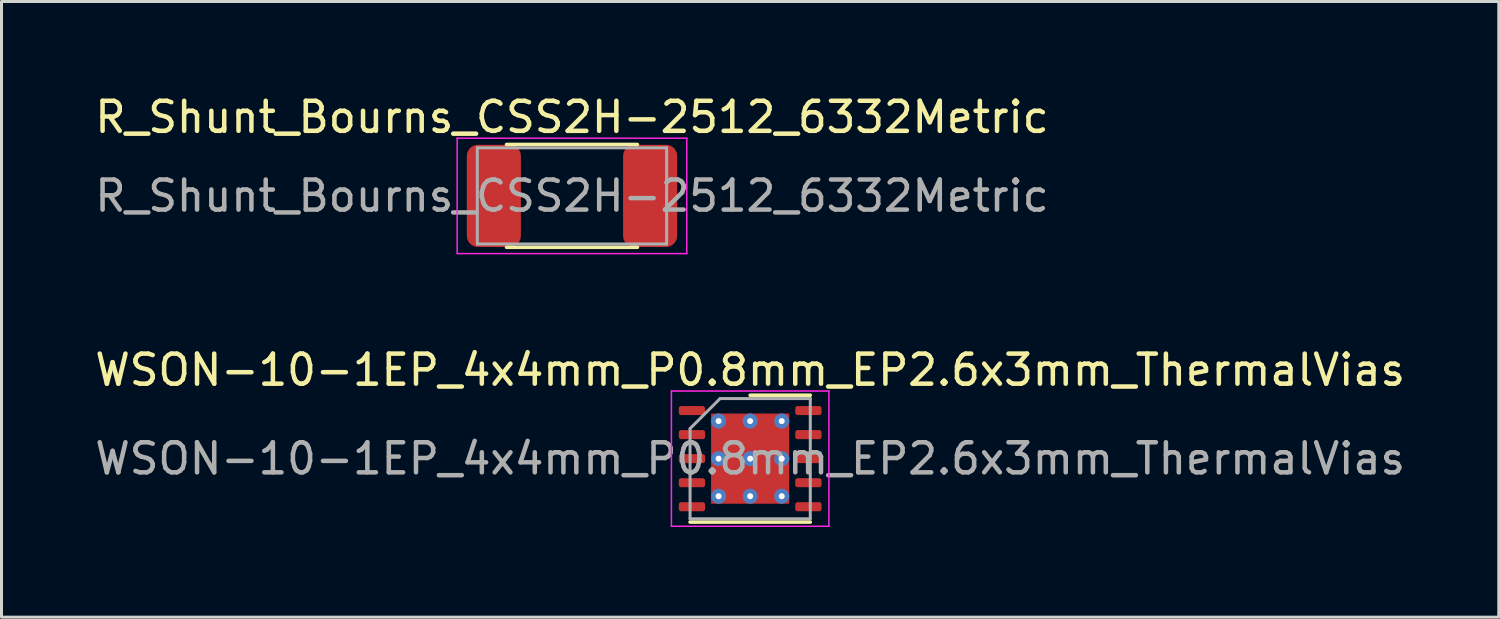
<source format=kicad_pcb>
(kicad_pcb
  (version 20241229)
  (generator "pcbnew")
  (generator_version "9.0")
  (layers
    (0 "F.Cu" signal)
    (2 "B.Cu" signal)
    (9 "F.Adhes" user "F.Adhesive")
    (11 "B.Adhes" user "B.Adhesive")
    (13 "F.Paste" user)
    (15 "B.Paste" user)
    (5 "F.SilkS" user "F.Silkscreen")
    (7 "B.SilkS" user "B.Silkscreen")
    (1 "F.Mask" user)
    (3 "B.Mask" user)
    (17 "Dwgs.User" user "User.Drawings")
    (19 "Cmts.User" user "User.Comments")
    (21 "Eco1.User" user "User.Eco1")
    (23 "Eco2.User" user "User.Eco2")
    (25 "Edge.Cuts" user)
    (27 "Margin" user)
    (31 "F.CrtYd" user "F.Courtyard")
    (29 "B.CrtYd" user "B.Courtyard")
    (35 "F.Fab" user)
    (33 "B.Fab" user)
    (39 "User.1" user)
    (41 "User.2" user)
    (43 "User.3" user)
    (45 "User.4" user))
  (footprint "WSON-10-1EP_4x4mm_P0.8mm_EP2.6x3mm_ThermalVias"
    (layer "F.Cu")
    (at 21.911 12.211)
    (property "Reference" "WSON-10-1EP_4x4mm_P0.8mm_EP2.6x3mm_ThermalVias" (at 0 -2.95 0) (layer "F.SilkS") (effects (font (size 1 1) (thickness 0.15))))
    (attr smd)
    (fp_line (start -2 2.11) (end 2 2.11) (stroke (width 0.12) (type solid)) (layer "F.SilkS"))
    (fp_line (start 0 -2.11) (end 2 -2.11) (stroke (width 0.12) (type solid)) (layer "F.SilkS"))
    (fp_line (start -2.62 -2.25) (end -2.62 2.25) (stroke (width 0.05) (type solid)) (layer "F.CrtYd"))
    (fp_line (start -2.62 2.25) (end 2.62 2.25) (stroke (width 0.05) (type solid)) (layer "F.CrtYd"))
    (fp_line (start 2.62 -2.25) (end -2.62 -2.25) (stroke (width 0.05) (type solid)) (layer "F.CrtYd"))
    (fp_line (start 2.62 2.25) (end 2.62 -2.25) (stroke (width 0.05) (type solid)) (layer "F.CrtYd"))
    (fp_line (start -2 -1) (end -1 -2) (stroke (width 0.1) (type solid)) (layer "F.Fab"))
    (fp_line (start -2 2) (end -2 -1) (stroke (width 0.1) (type solid)) (layer "F.Fab"))
    (fp_line (start -1 -2) (end 2 -2) (stroke (width 0.1) (type solid)) (layer "F.Fab"))
    (fp_line (start 2 -2) (end 2 2) (stroke (width 0.1) (type solid)) (layer "F.Fab"))
    (fp_line (start 2 2) (end -2 2) (stroke (width 0.1) (type solid)) (layer "F.Fab"))
    (fp_text user "${REFERENCE}" (at 0 0 0) (layer "F.Fab") (effects (font (size 1 1) (thickness 0.15))))
    (pad "" smd roundrect (at -0.65 -0.75) (size 1.05 1.21) (layers "F.Paste") (roundrect_rratio 0.238))
    (pad "" smd roundrect (at -0.65 0.75) (size 1.05 1.21) (layers "F.Paste") (roundrect_rratio 0.238))
    (pad "" smd roundrect (at 0.65 -0.75) (size 1.05 1.21) (layers "F.Paste") (roundrect_rratio 0.238))
    (pad "" smd roundrect (at 0.65 0.75) (size 1.05 1.21) (layers "F.Paste") (roundrect_rratio 0.238))
    (pad "1" smd roundrect (at -1.938 -1.6) (size 0.875 0.3) (layers "F.Cu" "F.Mask" "F.Paste") (roundrect_rratio 0.25))
    (pad "2" smd roundrect (at -1.938 -0.8) (size 0.875 0.3) (layers "F.Cu" "F.Mask" "F.Paste") (roundrect_rratio 0.25))
    (pad "3" smd roundrect (at -1.938 0) (size 0.875 0.3) (layers "F.Cu" "F.Mask" "F.Paste") (roundrect_rratio 0.25))
    (pad "4" smd roundrect (at -1.938 0.8) (size 0.875 0.3) (layers "F.Cu" "F.Mask" "F.Paste") (roundrect_rratio 0.25))
    (pad "5" smd roundrect (at -1.938 1.6) (size 0.875 0.3) (layers "F.Cu" "F.Mask" "F.Paste") (roundrect_rratio 0.25))
    (pad "6" smd roundrect (at 1.938 1.6) (size 0.875 0.3) (layers "F.Cu" "F.Mask" "F.Paste") (roundrect_rratio 0.25))
    (pad "7" smd roundrect (at 1.938 0.8) (size 0.875 0.3) (layers "F.Cu" "F.Mask" "F.Paste") (roundrect_rratio 0.25))
    (pad "8" smd roundrect (at 1.938 0) (size 0.875 0.3) (layers "F.Cu" "F.Mask" "F.Paste") (roundrect_rratio 0.25))
    (pad "9" smd roundrect (at 1.938 -0.8) (size 0.875 0.3) (layers "F.Cu" "F.Mask" "F.Paste") (roundrect_rratio 0.25))
    (pad "10" smd roundrect (at 1.938 -1.6) (size 0.875 0.3) (layers "F.Cu" "F.Mask" "F.Paste") (roundrect_rratio 0.25))
    (pad "11" smd rect (at 0 0) (size 2.6 3) (layers "F.Cu" "F.Mask"))
    (pad "13" thru_hole circle (at -1.05 -1.25) (size 0.5 0.5) (drill 0.2) (layers "*.Cu"))
    (pad "13" thru_hole circle (at -1.05 0) (size 0.5 0.5) (drill 0.2) (layers "*.Cu"))
    (pad "13" thru_hole circle (at -1.05 1.25) (size 0.5 0.5) (drill 0.2) (layers "*.Cu"))
    (pad "13" thru_hole circle (at 0 -1.25) (size 0.5 0.5) (drill 0.2) (layers "*.Cu"))
    (pad "13" thru_hole circle (at 0 0) (size 0.5 0.5) (drill 0.2) (layers "*.Cu"))
    (pad "13" thru_hole circle (at 0 1.25) (size 0.5 0.5) (drill 0.2) (layers "*.Cu"))
    (pad "13" thru_hole circle (at 1.05 -1.25) (size 0.5 0.5) (drill 0.2) (layers "*.Cu"))
    (pad "13" thru_hole circle (at 1.05 0) (size 0.5 0.5) (drill 0.2) (layers "*.Cu"))
    (pad "13" thru_hole circle (at 1.05 1.25) (size 0.5 0.5) (drill 0.2) (layers "*.Cu")))
  (footprint "R_Shunt_Bourns_CSS2H-2512_6332Metric"
    (layer "F.Cu")
    (at 15.982 3.468)
    (property "Reference" "R_Shunt_Bourns_CSS2H-2512_6332Metric" (at 0 -2.62 0) (layer "F.SilkS") (effects (font (size 1 1) (thickness 0.15))))
    (attr smd)
    (fp_line (start -2.177 -1.71) (end 2.177 -1.71) (stroke (width 0.12) (type solid)) (layer "F.SilkS"))
    (fp_line (start -2.177 1.71) (end 2.177 1.71) (stroke (width 0.12) (type solid)) (layer "F.SilkS"))
    (fp_line (start -3.82 -1.92) (end 3.82 -1.92) (stroke (width 0.05) (type solid)) (layer "F.CrtYd"))
    (fp_line (start -3.82 1.92) (end -3.82 -1.92) (stroke (width 0.05) (type solid)) (layer "F.CrtYd"))
    (fp_line (start 3.82 -1.92) (end 3.82 1.92) (stroke (width 0.05) (type solid)) (layer "F.CrtYd"))
    (fp_line (start 3.82 1.92) (end -3.82 1.92) (stroke (width 0.05) (type solid)) (layer "F.CrtYd"))
    (fp_line (start -3.15 -1.6) (end 3.15 -1.6) (stroke (width 0.1) (type solid)) (layer "F.Fab"))
    (fp_line (start -3.15 1.6) (end -3.15 -1.6) (stroke (width 0.1) (type solid)) (layer "F.Fab"))
    (fp_line (start 3.15 -1.6) (end 3.15 1.6) (stroke (width 0.1) (type solid)) (layer "F.Fab"))
    (fp_line (start 3.15 1.6) (end -3.15 1.6) (stroke (width 0.1) (type solid)) (layer "F.Fab"))
    (fp_text user "${REFERENCE}" (at 0 0 0) (layer "F.Fab") (effects (font (size 1 1) (thickness 0.15))))
    (pad "1" smd roundrect (at -2.6 0) (size 1.8 3.4) (layers "F.Cu" "F.Mask" "F.Paste") (roundrect_rratio 0.204))
    (pad "2" smd roundrect (at 2.6 0) (size 1.8 3.4) (layers "F.Cu" "F.Mask" "F.Paste") (roundrect_rratio 0.204)))
  (gr_rect
    (start -3 -3)
    (end 46.821 17.486)
    (stroke (width 0.1) (type default))
    (fill no)
    (layer "Edge.Cuts")))
</source>
